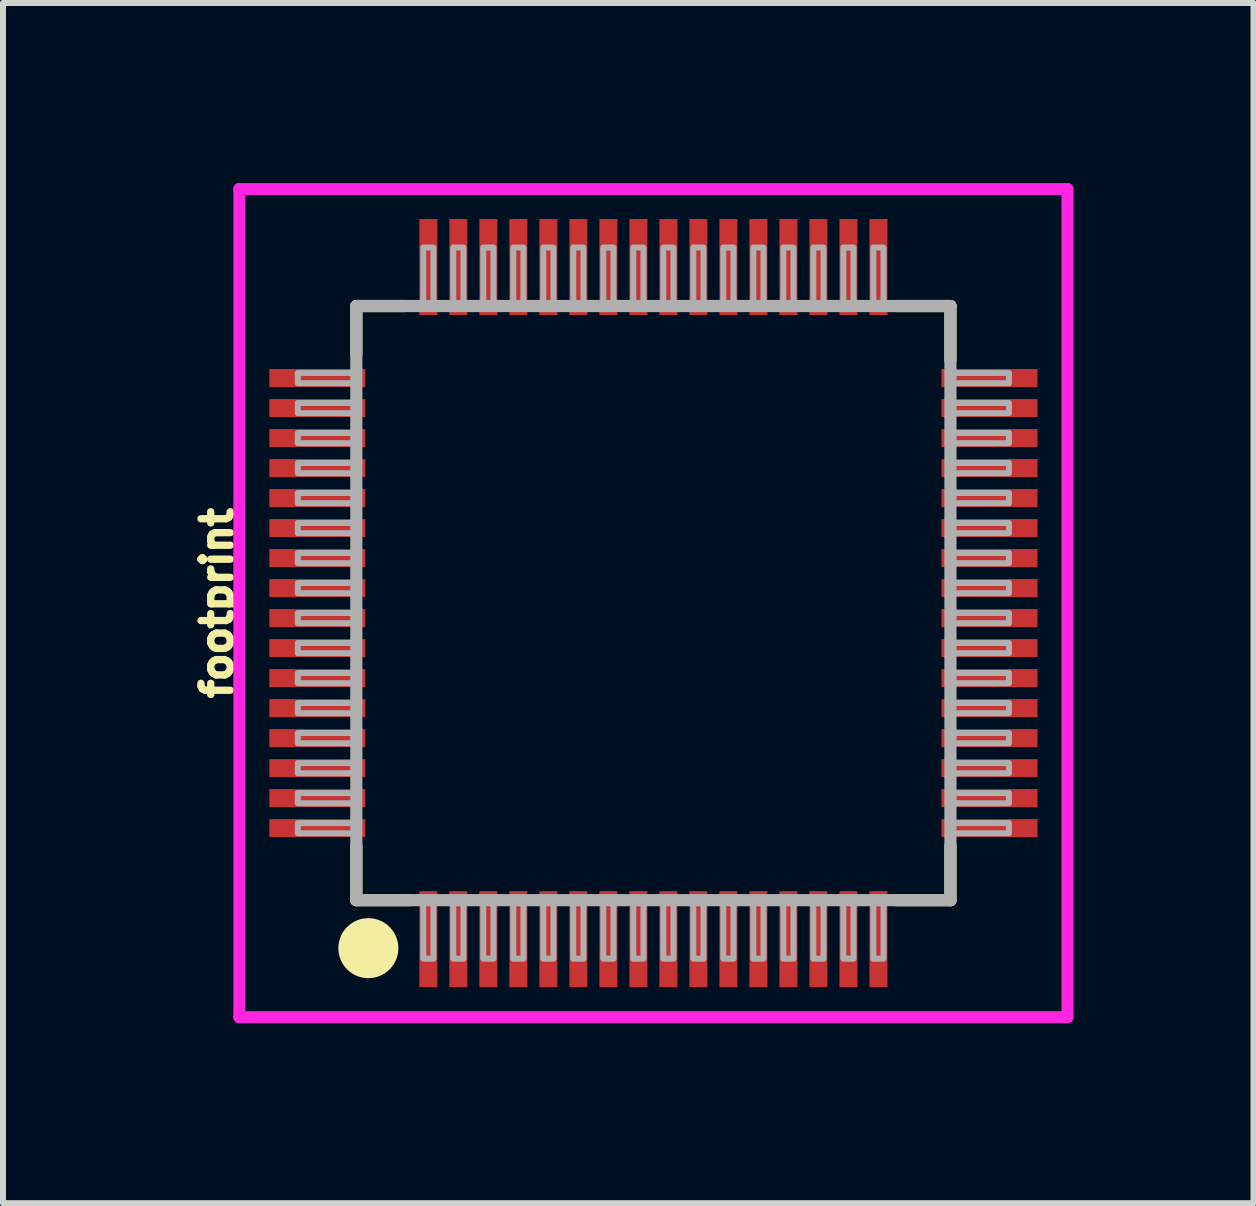
<source format=kicad_pcb>
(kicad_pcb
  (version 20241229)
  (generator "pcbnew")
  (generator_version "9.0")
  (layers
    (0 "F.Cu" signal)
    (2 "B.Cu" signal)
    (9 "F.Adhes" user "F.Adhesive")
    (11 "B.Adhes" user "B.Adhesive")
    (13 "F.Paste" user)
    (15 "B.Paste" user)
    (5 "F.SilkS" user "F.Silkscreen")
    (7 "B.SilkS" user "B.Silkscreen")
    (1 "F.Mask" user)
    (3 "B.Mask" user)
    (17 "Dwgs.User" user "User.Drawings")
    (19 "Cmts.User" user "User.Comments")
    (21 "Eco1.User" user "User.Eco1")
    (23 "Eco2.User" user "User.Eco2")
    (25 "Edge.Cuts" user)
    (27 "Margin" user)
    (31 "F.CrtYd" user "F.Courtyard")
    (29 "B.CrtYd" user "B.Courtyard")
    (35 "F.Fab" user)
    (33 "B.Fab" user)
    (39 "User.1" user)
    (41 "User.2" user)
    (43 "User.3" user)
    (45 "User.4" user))
  (footprint "footprint"
    (layer "F.Cu")
    (at 7.838 7)
    (property "Reference" "footprint" (at -6.985 0 90) (layer "F.SilkS") (effects (font (size 0.488 0.488) (thickness 0.122)) (justify bottom)))
    (fp_line (start -4.95 -4.95) (end -4.95 -4.15) (stroke (width 0.203) (type solid)) (layer "F.SilkS"))
    (fp_line (start -4.95 -4.95) (end -4.15 -4.95) (stroke (width 0.203) (type solid)) (layer "F.SilkS"))
    (fp_line (start -4.95 4.95) (end -4.95 4.05) (stroke (width 0.203) (type solid)) (layer "F.SilkS"))
    (fp_line (start -4.95 4.95) (end -4.05 4.95) (stroke (width 0.203) (type solid)) (layer "F.SilkS"))
    (fp_line (start 4.95 -4.95) (end 4.05 -4.95) (stroke (width 0.203) (type solid)) (layer "F.SilkS"))
    (fp_line (start 4.95 -4.95) (end 4.95 -4.05) (stroke (width 0.203) (type solid)) (layer "F.SilkS"))
    (fp_line (start 4.95 4.95) (end 4.05 4.95) (stroke (width 0.203) (type solid)) (layer "F.SilkS"))
    (fp_line (start 4.95 4.95) (end 4.95 4.05) (stroke (width 0.203) (type solid)) (layer "F.SilkS"))
    (fp_circle (center -4.75 5.75) (end -4.5 5.75) (stroke (width 0.5) (type solid)) (fill yes) (layer "F.SilkS"))
    (fp_poly (pts (xy -6.307 -3.114) (xy -5.286 -3.114) (xy -5.286 -3.386) (xy -6.307 -3.386)) (stroke (width 0) (type solid)) (fill yes) (layer "F.Paste"))
    (fp_poly (pts (xy -6.307 -2.113) (xy -5.286 -2.113) (xy -5.286 -2.385) (xy -6.307 -2.385)) (stroke (width 0) (type solid)) (fill yes) (layer "F.Paste"))
    (fp_poly (pts (xy -6.307 -1.115) (xy -5.286 -1.115) (xy -5.286 -1.387) (xy -6.307 -1.387)) (stroke (width 0) (type solid)) (fill yes) (layer "F.Paste"))
    (fp_poly (pts (xy -6.307 -0.119) (xy -5.286 -0.119) (xy -5.286 -0.391) (xy -6.307 -0.391)) (stroke (width 0) (type solid)) (fill yes) (layer "F.Paste"))
    (fp_poly (pts (xy -6.307 0.886) (xy -5.286 0.886) (xy -5.286 0.615) (xy -6.307 0.615)) (stroke (width 0) (type solid)) (fill yes) (layer "F.Paste"))
    (fp_poly (pts (xy -6.307 1.885) (xy -5.286 1.885) (xy -5.286 1.613) (xy -6.307 1.613)) (stroke (width 0) (type solid)) (fill yes) (layer "F.Paste"))
    (fp_poly (pts (xy -6.307 2.885) (xy -5.286 2.885) (xy -5.286 2.614) (xy -6.307 2.614)) (stroke (width 0) (type solid)) (fill yes) (layer "F.Paste"))
    (fp_poly (pts (xy -6.307 3.884) (xy -5.286 3.884) (xy -5.286 3.612) (xy -6.307 3.612)) (stroke (width 0) (type solid)) (fill yes) (layer "F.Paste"))
    (fp_poly (pts (xy -6.068 -3.614) (xy -5.047 -3.614) (xy -5.047 -3.886) (xy -6.068 -3.886)) (stroke (width 0) (type solid)) (fill yes) (layer "F.Paste"))
    (fp_poly (pts (xy -6.068 -2.614) (xy -5.047 -2.614) (xy -5.047 -2.885) (xy -6.068 -2.885)) (stroke (width 0) (type solid)) (fill yes) (layer "F.Paste"))
    (fp_poly (pts (xy -6.068 -1.615) (xy -5.047 -1.615) (xy -5.047 -1.887) (xy -6.068 -1.887)) (stroke (width 0) (type solid)) (fill yes) (layer "F.Paste"))
    (fp_poly (pts (xy -6.068 -0.62) (xy -5.047 -0.62) (xy -5.047 -0.891) (xy -6.068 -0.891)) (stroke (width 0) (type solid)) (fill yes) (layer "F.Paste"))
    (fp_poly (pts (xy -6.068 0.386) (xy -5.047 0.386) (xy -5.047 0.114) (xy -6.068 0.114)) (stroke (width 0) (type solid)) (fill yes) (layer "F.Paste"))
    (fp_poly (pts (xy -6.068 1.384) (xy -5.047 1.384) (xy -5.047 1.113) (xy -6.068 1.113)) (stroke (width 0) (type solid)) (fill yes) (layer "F.Paste"))
    (fp_poly (pts (xy -6.068 2.385) (xy -5.047 2.385) (xy -5.047 2.113) (xy -6.068 2.113)) (stroke (width 0) (type solid)) (fill yes) (layer "F.Paste"))
    (fp_poly (pts (xy -6.068 3.383) (xy -5.047 3.383) (xy -5.047 3.111) (xy -6.068 3.111)) (stroke (width 0) (type solid)) (fill yes) (layer "F.Paste"))
    (fp_poly (pts (xy -3.614 6.032) (xy -3.614 5.011) (xy -3.886 5.011) (xy -3.886 6.032)) (stroke (width 0) (type solid)) (fill yes) (layer "F.Paste"))
    (fp_poly (pts (xy -3.612 -5.293) (xy -3.612 -6.314) (xy -3.884 -6.314) (xy -3.884 -5.293)) (stroke (width 0) (type solid)) (fill yes) (layer "F.Paste"))
    (fp_poly (pts (xy -3.114 6.271) (xy -3.114 5.25) (xy -3.386 5.25) (xy -3.386 6.271)) (stroke (width 0) (type solid)) (fill yes) (layer "F.Paste"))
    (fp_poly (pts (xy -3.111 -5.055) (xy -3.111 -6.076) (xy -3.383 -6.076) (xy -3.383 -5.055)) (stroke (width 0) (type solid)) (fill yes) (layer "F.Paste"))
    (fp_poly (pts (xy -2.614 6.032) (xy -2.614 5.011) (xy -2.885 5.011) (xy -2.885 6.032)) (stroke (width 0) (type solid)) (fill yes) (layer "F.Paste"))
    (fp_poly (pts (xy -2.611 -5.293) (xy -2.611 -6.314) (xy -2.883 -6.314) (xy -2.883 -5.293)) (stroke (width 0) (type solid)) (fill yes) (layer "F.Paste"))
    (fp_poly (pts (xy -2.113 6.271) (xy -2.113 5.25) (xy -2.385 5.25) (xy -2.385 6.271)) (stroke (width 0) (type solid)) (fill yes) (layer "F.Paste"))
    (fp_poly (pts (xy -2.111 -5.055) (xy -2.111 -6.076) (xy -2.382 -6.076) (xy -2.382 -5.055)) (stroke (width 0) (type solid)) (fill yes) (layer "F.Paste"))
    (fp_poly (pts (xy -1.615 6.032) (xy -1.615 5.011) (xy -1.887 5.011) (xy -1.887 6.032)) (stroke (width 0) (type solid)) (fill yes) (layer "F.Paste"))
    (fp_poly (pts (xy -1.613 -5.293) (xy -1.613 -6.314) (xy -1.885 -6.314) (xy -1.885 -5.293)) (stroke (width 0) (type solid)) (fill yes) (layer "F.Paste"))
    (fp_poly (pts (xy -1.115 6.271) (xy -1.115 5.25) (xy -1.387 5.25) (xy -1.387 6.271)) (stroke (width 0) (type solid)) (fill yes) (layer "F.Paste"))
    (fp_poly (pts (xy -1.113 -5.055) (xy -1.113 -6.076) (xy -1.384 -6.076) (xy -1.384 -5.055)) (stroke (width 0) (type solid)) (fill yes) (layer "F.Paste"))
    (fp_poly (pts (xy -0.62 6.032) (xy -0.62 5.011) (xy -0.891 5.011) (xy -0.891 6.032)) (stroke (width 0) (type solid)) (fill yes) (layer "F.Paste"))
    (fp_poly (pts (xy -0.617 -5.293) (xy -0.617 -6.314) (xy -0.889 -6.314) (xy -0.889 -5.293)) (stroke (width 0) (type solid)) (fill yes) (layer "F.Paste"))
    (fp_poly (pts (xy -0.119 6.271) (xy -0.119 5.25) (xy -0.391 5.25) (xy -0.391 6.271)) (stroke (width 0) (type solid)) (fill yes) (layer "F.Paste"))
    (fp_poly (pts (xy -0.117 -5.055) (xy -0.117 -6.076) (xy -0.389 -6.076) (xy -0.389 -5.055)) (stroke (width 0) (type solid)) (fill yes) (layer "F.Paste"))
    (fp_poly (pts (xy 0.386 6.032) (xy 0.386 5.011) (xy 0.114 5.011) (xy 0.114 6.032)) (stroke (width 0) (type solid)) (fill yes) (layer "F.Paste"))
    (fp_poly (pts (xy 0.389 -5.293) (xy 0.389 -6.314) (xy 0.117 -6.314) (xy 0.117 -5.293)) (stroke (width 0) (type solid)) (fill yes) (layer "F.Paste"))
    (fp_poly (pts (xy 0.886 6.271) (xy 0.886 5.25) (xy 0.615 5.25) (xy 0.615 6.271)) (stroke (width 0) (type solid)) (fill yes) (layer "F.Paste"))
    (fp_poly (pts (xy 0.889 -5.055) (xy 0.889 -6.076) (xy 0.617 -6.076) (xy 0.617 -5.055)) (stroke (width 0) (type solid)) (fill yes) (layer "F.Paste"))
    (fp_poly (pts (xy 1.384 6.032) (xy 1.384 5.011) (xy 1.113 5.011) (xy 1.113 6.032)) (stroke (width 0) (type solid)) (fill yes) (layer "F.Paste"))
    (fp_poly (pts (xy 1.387 -5.293) (xy 1.387 -6.314) (xy 1.115 -6.314) (xy 1.115 -5.293)) (stroke (width 0) (type solid)) (fill yes) (layer "F.Paste"))
    (fp_poly (pts (xy 1.885 6.271) (xy 1.885 5.25) (xy 1.613 5.25) (xy 1.613 6.271)) (stroke (width 0) (type solid)) (fill yes) (layer "F.Paste"))
    (fp_poly (pts (xy 1.887 -5.055) (xy 1.887 -6.076) (xy 1.615 -6.076) (xy 1.615 -5.055)) (stroke (width 0) (type solid)) (fill yes) (layer "F.Paste"))
    (fp_poly (pts (xy 2.385 6.032) (xy 2.385 5.011) (xy 2.113 5.011) (xy 2.113 6.032)) (stroke (width 0) (type solid)) (fill yes) (layer "F.Paste"))
    (fp_poly (pts (xy 2.388 -5.293) (xy 2.388 -6.314) (xy 2.116 -6.314) (xy 2.116 -5.293)) (stroke (width 0) (type solid)) (fill yes) (layer "F.Paste"))
    (fp_poly (pts (xy 2.885 6.271) (xy 2.885 5.25) (xy 2.614 5.25) (xy 2.614 6.271)) (stroke (width 0) (type solid)) (fill yes) (layer "F.Paste"))
    (fp_poly (pts (xy 2.888 -5.055) (xy 2.888 -6.076) (xy 2.616 -6.076) (xy 2.616 -5.055)) (stroke (width 0) (type solid)) (fill yes) (layer "F.Paste"))
    (fp_poly (pts (xy 3.383 6.032) (xy 3.383 5.011) (xy 3.111 5.011) (xy 3.111 6.032)) (stroke (width 0) (type solid)) (fill yes) (layer "F.Paste"))
    (fp_poly (pts (xy 3.386 -5.293) (xy 3.386 -6.314) (xy 3.114 -6.314) (xy 3.114 -5.293)) (stroke (width 0) (type solid)) (fill yes) (layer "F.Paste"))
    (fp_poly (pts (xy 3.884 6.271) (xy 3.884 5.25) (xy 3.612 5.25) (xy 3.612 6.271)) (stroke (width 0) (type solid)) (fill yes) (layer "F.Paste"))
    (fp_poly (pts (xy 3.886 -5.055) (xy 3.886 -6.076) (xy 3.614 -6.076) (xy 3.614 -5.055)) (stroke (width 0) (type solid)) (fill yes) (layer "F.Paste"))
    (fp_poly (pts (xy 5.05 -3.111) (xy 6.071 -3.111) (xy 6.071 -3.383) (xy 5.05 -3.383)) (stroke (width 0) (type solid)) (fill yes) (layer "F.Paste"))
    (fp_poly (pts (xy 5.05 -2.111) (xy 6.071 -2.111) (xy 6.071 -2.382) (xy 5.05 -2.382)) (stroke (width 0) (type solid)) (fill yes) (layer "F.Paste"))
    (fp_poly (pts (xy 5.05 -1.113) (xy 6.071 -1.113) (xy 6.071 -1.384) (xy 5.05 -1.384)) (stroke (width 0) (type solid)) (fill yes) (layer "F.Paste"))
    (fp_poly (pts (xy 5.05 -0.117) (xy 6.071 -0.117) (xy 6.071 -0.389) (xy 5.05 -0.389)) (stroke (width 0) (type solid)) (fill yes) (layer "F.Paste"))
    (fp_poly (pts (xy 5.05 0.889) (xy 6.071 0.889) (xy 6.071 0.617) (xy 5.05 0.617)) (stroke (width 0) (type solid)) (fill yes) (layer "F.Paste"))
    (fp_poly (pts (xy 5.05 1.887) (xy 6.071 1.887) (xy 6.071 1.615) (xy 5.05 1.615)) (stroke (width 0) (type solid)) (fill yes) (layer "F.Paste"))
    (fp_poly (pts (xy 5.05 2.888) (xy 6.071 2.888) (xy 6.071 2.616) (xy 5.05 2.616)) (stroke (width 0) (type solid)) (fill yes) (layer "F.Paste"))
    (fp_poly (pts (xy 5.05 3.886) (xy 6.071 3.886) (xy 6.071 3.614) (xy 5.05 3.614)) (stroke (width 0) (type solid)) (fill yes) (layer "F.Paste"))
    (fp_poly (pts (xy 5.288 -3.612) (xy 6.309 -3.612) (xy 6.309 -3.884) (xy 5.288 -3.884)) (stroke (width 0) (type solid)) (fill yes) (layer "F.Paste"))
    (fp_poly (pts (xy 5.288 -2.611) (xy 6.309 -2.611) (xy 6.309 -2.883) (xy 5.288 -2.883)) (stroke (width 0) (type solid)) (fill yes) (layer "F.Paste"))
    (fp_poly (pts (xy 5.288 -1.613) (xy 6.309 -1.613) (xy 6.309 -1.885) (xy 5.288 -1.885)) (stroke (width 0) (type solid)) (fill yes) (layer "F.Paste"))
    (fp_poly (pts (xy 5.288 -0.617) (xy 6.309 -0.617) (xy 6.309 -0.889) (xy 5.288 -0.889)) (stroke (width 0) (type solid)) (fill yes) (layer "F.Paste"))
    (fp_poly (pts (xy 5.288 0.389) (xy 6.309 0.389) (xy 6.309 0.117) (xy 5.288 0.117)) (stroke (width 0) (type solid)) (fill yes) (layer "F.Paste"))
    (fp_poly (pts (xy 5.288 1.387) (xy 6.309 1.387) (xy 6.309 1.115) (xy 5.288 1.115)) (stroke (width 0) (type solid)) (fill yes) (layer "F.Paste"))
    (fp_poly (pts (xy 5.288 2.388) (xy 6.309 2.388) (xy 6.309 2.116) (xy 5.288 2.116)) (stroke (width 0) (type solid)) (fill yes) (layer "F.Paste"))
    (fp_poly (pts (xy 5.288 3.386) (xy 6.309 3.386) (xy 6.309 3.114) (xy 5.288 3.114)) (stroke (width 0) (type solid)) (fill yes) (layer "F.Paste"))
    (fp_line (start -6.9 -6.9) (end 6.9 -6.9) (stroke (width 0.2) (type solid)) (layer "F.CrtYd"))
    (fp_line (start -6.9 6.9) (end -6.9 -6.9) (stroke (width 0.2) (type solid)) (layer "F.CrtYd"))
    (fp_line (start 6.9 -6.9) (end 6.9 6.9) (stroke (width 0.2) (type solid)) (layer "F.CrtYd"))
    (fp_line (start 6.9 6.9) (end -6.9 6.9) (stroke (width 0.2) (type solid)) (layer "F.CrtYd"))
    (fp_line (start -4.95 -4.95) (end -4.95 4.95) (stroke (width 0.203) (type solid)) (layer "F.Fab"))
    (fp_line (start -4.95 4.95) (end 4.95 4.95) (stroke (width 0.203) (type solid)) (layer "F.Fab"))
    (fp_line (start 4.95 -4.95) (end -4.95 -4.95) (stroke (width 0.203) (type solid)) (layer "F.Fab"))
    (fp_line (start 4.95 4.95) (end 4.95 -4.95) (stroke (width 0.203) (type solid)) (layer "F.Fab"))
    (fp_poly (pts (xy -5.925 -3.665) (xy -4.95 -3.665) (xy -4.95 -3.835) (xy -5.925 -3.835)) (stroke (width 0.1) (type solid)) (fill no) (layer "F.Fab"))
    (fp_poly (pts (xy -5.925 -3.165) (xy -4.95 -3.165) (xy -4.95 -3.335) (xy -5.925 -3.335)) (stroke (width 0.1) (type solid)) (fill no) (layer "F.Fab"))
    (fp_poly (pts (xy -5.925 -2.665) (xy -4.95 -2.665) (xy -4.95 -2.835) (xy -5.925 -2.835)) (stroke (width 0.1) (type solid)) (fill no) (layer "F.Fab"))
    (fp_poly (pts (xy -5.925 -2.165) (xy -4.95 -2.165) (xy -4.95 -2.335) (xy -5.925 -2.335)) (stroke (width 0.1) (type solid)) (fill no) (layer "F.Fab"))
    (fp_poly (pts (xy -5.925 -1.665) (xy -4.95 -1.665) (xy -4.95 -1.835) (xy -5.925 -1.835)) (stroke (width 0.1) (type solid)) (fill no) (layer "F.Fab"))
    (fp_poly (pts (xy -5.925 -1.165) (xy -4.95 -1.165) (xy -4.95 -1.335) (xy -5.925 -1.335)) (stroke (width 0.1) (type solid)) (fill no) (layer "F.Fab"))
    (fp_poly (pts (xy -5.925 -0.665) (xy -4.95 -0.665) (xy -4.95 -0.835) (xy -5.925 -0.835)) (stroke (width 0.1) (type solid)) (fill no) (layer "F.Fab"))
    (fp_poly (pts (xy -5.925 -0.165) (xy -4.95 -0.165) (xy -4.95 -0.335) (xy -5.925 -0.335)) (stroke (width 0.1) (type solid)) (fill no) (layer "F.Fab"))
    (fp_poly (pts (xy -5.925 0.335) (xy -4.95 0.335) (xy -4.95 0.165) (xy -5.925 0.165)) (stroke (width 0.1) (type solid)) (fill no) (layer "F.Fab"))
    (fp_poly (pts (xy -5.925 0.835) (xy -4.95 0.835) (xy -4.95 0.665) (xy -5.925 0.665)) (stroke (width 0.1) (type solid)) (fill no) (layer "F.Fab"))
    (fp_poly (pts (xy -5.925 1.335) (xy -4.95 1.335) (xy -4.95 1.165) (xy -5.925 1.165)) (stroke (width 0.1) (type solid)) (fill no) (layer "F.Fab"))
    (fp_poly (pts (xy -5.925 1.835) (xy -4.95 1.835) (xy -4.95 1.665) (xy -5.925 1.665)) (stroke (width 0.1) (type solid)) (fill no) (layer "F.Fab"))
    (fp_poly (pts (xy -5.925 2.335) (xy -4.95 2.335) (xy -4.95 2.165) (xy -5.925 2.165)) (stroke (width 0.1) (type solid)) (fill no) (layer "F.Fab"))
    (fp_poly (pts (xy -5.925 2.835) (xy -4.95 2.835) (xy -4.95 2.665) (xy -5.925 2.665)) (stroke (width 0.1) (type solid)) (fill no) (layer "F.Fab"))
    (fp_poly (pts (xy -5.925 3.335) (xy -4.95 3.335) (xy -4.95 3.165) (xy -5.925 3.165)) (stroke (width 0.1) (type solid)) (fill no) (layer "F.Fab"))
    (fp_poly (pts (xy -5.925 3.835) (xy -4.95 3.835) (xy -4.95 3.665) (xy -5.925 3.665)) (stroke (width 0.1) (type solid)) (fill no) (layer "F.Fab"))
    (fp_poly (pts (xy -3.835 -4.95) (xy -3.665 -4.95) (xy -3.665 -5.925) (xy -3.835 -5.925)) (stroke (width 0.1) (type solid)) (fill no) (layer "F.Fab"))
    (fp_poly (pts (xy -3.835 5.925) (xy -3.665 5.925) (xy -3.665 4.95) (xy -3.835 4.95)) (stroke (width 0.1) (type solid)) (fill no) (layer "F.Fab"))
    (fp_poly (pts (xy -3.335 -4.95) (xy -3.165 -4.95) (xy -3.165 -5.925) (xy -3.335 -5.925)) (stroke (width 0.1) (type solid)) (fill no) (layer "F.Fab"))
    (fp_poly (pts (xy -3.335 5.925) (xy -3.165 5.925) (xy -3.165 4.95) (xy -3.335 4.95)) (stroke (width 0.1) (type solid)) (fill no) (layer "F.Fab"))
    (fp_poly (pts (xy -2.835 -4.95) (xy -2.665 -4.95) (xy -2.665 -5.925) (xy -2.835 -5.925)) (stroke (width 0.1) (type solid)) (fill no) (layer "F.Fab"))
    (fp_poly (pts (xy -2.835 5.925) (xy -2.665 5.925) (xy -2.665 4.95) (xy -2.835 4.95)) (stroke (width 0.1) (type solid)) (fill no) (layer "F.Fab"))
    (fp_poly (pts (xy -2.335 -4.95) (xy -2.165 -4.95) (xy -2.165 -5.925) (xy -2.335 -5.925)) (stroke (width 0.1) (type solid)) (fill no) (layer "F.Fab"))
    (fp_poly (pts (xy -2.335 5.925) (xy -2.165 5.925) (xy -2.165 4.95) (xy -2.335 4.95)) (stroke (width 0.1) (type solid)) (fill no) (layer "F.Fab"))
    (fp_poly (pts (xy -1.835 -4.95) (xy -1.665 -4.95) (xy -1.665 -5.925) (xy -1.835 -5.925)) (stroke (width 0.1) (type solid)) (fill no) (layer "F.Fab"))
    (fp_poly (pts (xy -1.835 5.925) (xy -1.665 5.925) (xy -1.665 4.95) (xy -1.835 4.95)) (stroke (width 0.1) (type solid)) (fill no) (layer "F.Fab"))
    (fp_poly (pts (xy -1.335 -4.95) (xy -1.165 -4.95) (xy -1.165 -5.925) (xy -1.335 -5.925)) (stroke (width 0.1) (type solid)) (fill no) (layer "F.Fab"))
    (fp_poly (pts (xy -1.335 5.925) (xy -1.165 5.925) (xy -1.165 4.95) (xy -1.335 4.95)) (stroke (width 0.1) (type solid)) (fill no) (layer "F.Fab"))
    (fp_poly (pts (xy -0.835 -4.95) (xy -0.665 -4.95) (xy -0.665 -5.925) (xy -0.835 -5.925)) (stroke (width 0.1) (type solid)) (fill no) (layer "F.Fab"))
    (fp_poly (pts (xy -0.835 5.925) (xy -0.665 5.925) (xy -0.665 4.95) (xy -0.835 4.95)) (stroke (width 0.1) (type solid)) (fill no) (layer "F.Fab"))
    (fp_poly (pts (xy -0.335 -4.95) (xy -0.165 -4.95) (xy -0.165 -5.925) (xy -0.335 -5.925)) (stroke (width 0.1) (type solid)) (fill no) (layer "F.Fab"))
    (fp_poly (pts (xy -0.335 5.925) (xy -0.165 5.925) (xy -0.165 4.95) (xy -0.335 4.95)) (stroke (width 0.1) (type solid)) (fill no) (layer "F.Fab"))
    (fp_poly (pts (xy 0.165 -4.95) (xy 0.335 -4.95) (xy 0.335 -5.925) (xy 0.165 -5.925)) (stroke (width 0.1) (type solid)) (fill no) (layer "F.Fab"))
    (fp_poly (pts (xy 0.165 5.925) (xy 0.335 5.925) (xy 0.335 4.95) (xy 0.165 4.95)) (stroke (width 0.1) (type solid)) (fill no) (layer "F.Fab"))
    (fp_poly (pts (xy 0.665 -4.95) (xy 0.835 -4.95) (xy 0.835 -5.925) (xy 0.665 -5.925)) (stroke (width 0.1) (type solid)) (fill no) (layer "F.Fab"))
    (fp_poly (pts (xy 0.665 5.925) (xy 0.835 5.925) (xy 0.835 4.95) (xy 0.665 4.95)) (stroke (width 0.1) (type solid)) (fill no) (layer "F.Fab"))
    (fp_poly (pts (xy 1.165 -4.95) (xy 1.335 -4.95) (xy 1.335 -5.925) (xy 1.165 -5.925)) (stroke (width 0.1) (type solid)) (fill no) (layer "F.Fab"))
    (fp_poly (pts (xy 1.165 5.925) (xy 1.335 5.925) (xy 1.335 4.95) (xy 1.165 4.95)) (stroke (width 0.1) (type solid)) (fill no) (layer "F.Fab"))
    (fp_poly (pts (xy 1.665 -4.95) (xy 1.835 -4.95) (xy 1.835 -5.925) (xy 1.665 -5.925)) (stroke (width 0.1) (type solid)) (fill no) (layer "F.Fab"))
    (fp_poly (pts (xy 1.665 5.925) (xy 1.835 5.925) (xy 1.835 4.95) (xy 1.665 4.95)) (stroke (width 0.1) (type solid)) (fill no) (layer "F.Fab"))
    (fp_poly (pts (xy 2.165 -4.95) (xy 2.335 -4.95) (xy 2.335 -5.925) (xy 2.165 -5.925)) (stroke (width 0.1) (type solid)) (fill no) (layer "F.Fab"))
    (fp_poly (pts (xy 2.165 5.925) (xy 2.335 5.925) (xy 2.335 4.95) (xy 2.165 4.95)) (stroke (width 0.1) (type solid)) (fill no) (layer "F.Fab"))
    (fp_poly (pts (xy 2.665 -4.95) (xy 2.835 -4.95) (xy 2.835 -5.925) (xy 2.665 -5.925)) (stroke (width 0.1) (type solid)) (fill no) (layer "F.Fab"))
    (fp_poly (pts (xy 2.665 5.925) (xy 2.835 5.925) (xy 2.835 4.95) (xy 2.665 4.95)) (stroke (width 0.1) (type solid)) (fill no) (layer "F.Fab"))
    (fp_poly (pts (xy 3.165 -4.95) (xy 3.335 -4.95) (xy 3.335 -5.925) (xy 3.165 -5.925)) (stroke (width 0.1) (type solid)) (fill no) (layer "F.Fab"))
    (fp_poly (pts (xy 3.165 5.925) (xy 3.335 5.925) (xy 3.335 4.95) (xy 3.165 4.95)) (stroke (width 0.1) (type solid)) (fill no) (layer "F.Fab"))
    (fp_poly (pts (xy 3.665 -4.95) (xy 3.835 -4.95) (xy 3.835 -5.925) (xy 3.665 -5.925)) (stroke (width 0.1) (type solid)) (fill no) (layer "F.Fab"))
    (fp_poly (pts (xy 3.665 5.925) (xy 3.835 5.925) (xy 3.835 4.95) (xy 3.665 4.95)) (stroke (width 0.1) (type solid)) (fill no) (layer "F.Fab"))
    (fp_poly (pts (xy 4.95 -3.665) (xy 5.925 -3.665) (xy 5.925 -3.835) (xy 4.95 -3.835)) (stroke (width 0.1) (type solid)) (fill no) (layer "F.Fab"))
    (fp_poly (pts (xy 4.95 -3.165) (xy 5.925 -3.165) (xy 5.925 -3.335) (xy 4.95 -3.335)) (stroke (width 0.1) (type solid)) (fill no) (layer "F.Fab"))
    (fp_poly (pts (xy 4.95 -2.665) (xy 5.925 -2.665) (xy 5.925 -2.835) (xy 4.95 -2.835)) (stroke (width 0.1) (type solid)) (fill no) (layer "F.Fab"))
    (fp_poly (pts (xy 4.95 -2.165) (xy 5.925 -2.165) (xy 5.925 -2.335) (xy 4.95 -2.335)) (stroke (width 0.1) (type solid)) (fill no) (layer "F.Fab"))
    (fp_poly (pts (xy 4.95 -1.665) (xy 5.925 -1.665) (xy 5.925 -1.835) (xy 4.95 -1.835)) (stroke (width 0.1) (type solid)) (fill no) (layer "F.Fab"))
    (fp_poly (pts (xy 4.95 -1.165) (xy 5.925 -1.165) (xy 5.925 -1.335) (xy 4.95 -1.335)) (stroke (width 0.1) (type solid)) (fill no) (layer "F.Fab"))
    (fp_poly (pts (xy 4.95 -0.665) (xy 5.925 -0.665) (xy 5.925 -0.835) (xy 4.95 -0.835)) (stroke (width 0.1) (type solid)) (fill no) (layer "F.Fab"))
    (fp_poly (pts (xy 4.95 -0.165) (xy 5.925 -0.165) (xy 5.925 -0.335) (xy 4.95 -0.335)) (stroke (width 0.1) (type solid)) (fill no) (layer "F.Fab"))
    (fp_poly (pts (xy 4.95 0.335) (xy 5.925 0.335) (xy 5.925 0.165) (xy 4.95 0.165)) (stroke (width 0.1) (type solid)) (fill no) (layer "F.Fab"))
    (fp_poly (pts (xy 4.95 0.835) (xy 5.925 0.835) (xy 5.925 0.665) (xy 4.95 0.665)) (stroke (width 0.1) (type solid)) (fill no) (layer "F.Fab"))
    (fp_poly (pts (xy 4.95 1.335) (xy 5.925 1.335) (xy 5.925 1.165) (xy 4.95 1.165)) (stroke (width 0.1) (type solid)) (fill no) (layer "F.Fab"))
    (fp_poly (pts (xy 4.95 1.835) (xy 5.925 1.835) (xy 5.925 1.665) (xy 4.95 1.665)) (stroke (width 0.1) (type solid)) (fill no) (layer "F.Fab"))
    (fp_poly (pts (xy 4.95 2.335) (xy 5.925 2.335) (xy 5.925 2.165) (xy 4.95 2.165)) (stroke (width 0.1) (type solid)) (fill no) (layer "F.Fab"))
    (fp_poly (pts (xy 4.95 2.835) (xy 5.925 2.835) (xy 5.925 2.665) (xy 4.95 2.665)) (stroke (width 0.1) (type solid)) (fill no) (layer "F.Fab"))
    (fp_poly (pts (xy 4.95 3.335) (xy 5.925 3.335) (xy 5.925 3.165) (xy 4.95 3.165)) (stroke (width 0.1) (type solid)) (fill no) (layer "F.Fab"))
    (fp_poly (pts (xy 4.95 3.835) (xy 5.925 3.835) (xy 5.925 3.665) (xy 4.95 3.665)) (stroke (width 0.1) (type solid)) (fill no) (layer "F.Fab"))
    (pad "1" smd rect (at -3.75 5.6) (size 0.3 1.6) (layers "F.Cu" "F.Mask"))
    (pad "2" smd rect (at -3.25 5.6) (size 0.3 1.6) (layers "F.Cu" "F.Mask"))
    (pad "3" smd rect (at -2.75 5.6) (size 0.3 1.6) (layers "F.Cu" "F.Mask"))
    (pad "4" smd rect (at -2.25 5.6) (size 0.3 1.6) (layers "F.Cu" "F.Mask"))
    (pad "5" smd rect (at -1.75 5.6) (size 0.3 1.6) (layers "F.Cu" "F.Mask"))
    (pad "6" smd rect (at -1.25 5.6) (size 0.3 1.6) (layers "F.Cu" "F.Mask"))
    (pad "7" smd rect (at -0.75 5.6) (size 0.3 1.6) (layers "F.Cu" "F.Mask"))
    (pad "8" smd rect (at -0.25 5.6) (size 0.3 1.6) (layers "F.Cu" "F.Mask"))
    (pad "9" smd rect (at 0.25 5.6) (size 0.3 1.6) (layers "F.Cu" "F.Mask"))
    (pad "10" smd rect (at 0.75 5.6) (size 0.3 1.6) (layers "F.Cu" "F.Mask"))
    (pad "11" smd rect (at 1.25 5.6) (size 0.3 1.6) (layers "F.Cu" "F.Mask"))
    (pad "12" smd rect (at 1.75 5.6) (size 0.3 1.6) (layers "F.Cu" "F.Mask"))
    (pad "13" smd rect (at 2.25 5.6) (size 0.3 1.6) (layers "F.Cu" "F.Mask"))
    (pad "14" smd rect (at 2.75 5.6) (size 0.3 1.6) (layers "F.Cu" "F.Mask"))
    (pad "15" smd rect (at 3.25 5.6) (size 0.3 1.6) (layers "F.Cu" "F.Mask"))
    (pad "16" smd rect (at 3.75 5.6) (size 0.3 1.6) (layers "F.Cu" "F.Mask"))
    (pad "17" smd rect (at 5.6 3.75) (size 1.6 0.3) (layers "F.Cu" "F.Mask"))
    (pad "18" smd rect (at 5.6 3.25) (size 1.6 0.3) (layers "F.Cu" "F.Mask"))
    (pad "19" smd rect (at 5.6 2.75) (size 1.6 0.3) (layers "F.Cu" "F.Mask"))
    (pad "20" smd rect (at 5.6 2.25) (size 1.6 0.3) (layers "F.Cu" "F.Mask"))
    (pad "21" smd rect (at 5.6 1.75) (size 1.6 0.3) (layers "F.Cu" "F.Mask"))
    (pad "22" smd rect (at 5.6 1.25) (size 1.6 0.3) (layers "F.Cu" "F.Mask"))
    (pad "23" smd rect (at 5.6 0.75) (size 1.6 0.3) (layers "F.Cu" "F.Mask"))
    (pad "24" smd rect (at 5.6 0.25) (size 1.6 0.3) (layers "F.Cu" "F.Mask"))
    (pad "25" smd rect (at 5.6 -0.25) (size 1.6 0.3) (layers "F.Cu" "F.Mask"))
    (pad "26" smd rect (at 5.6 -0.75) (size 1.6 0.3) (layers "F.Cu" "F.Mask"))
    (pad "27" smd rect (at 5.6 -1.25) (size 1.6 0.3) (layers "F.Cu" "F.Mask"))
    (pad "28" smd rect (at 5.6 -1.75) (size 1.6 0.3) (layers "F.Cu" "F.Mask"))
    (pad "29" smd rect (at 5.6 -2.25) (size 1.6 0.3) (layers "F.Cu" "F.Mask"))
    (pad "30" smd rect (at 5.6 -2.75) (size 1.6 0.3) (layers "F.Cu" "F.Mask"))
    (pad "31" smd rect (at 5.6 -3.25) (size 1.6 0.3) (layers "F.Cu" "F.Mask"))
    (pad "32" smd rect (at 5.6 -3.75) (size 1.6 0.3) (layers "F.Cu" "F.Mask"))
    (pad "33" smd rect (at 3.75 -5.6) (size 0.3 1.6) (layers "F.Cu" "F.Mask"))
    (pad "34" smd rect (at 3.25 -5.6) (size 0.3 1.6) (layers "F.Cu" "F.Mask"))
    (pad "35" smd rect (at 2.75 -5.6) (size 0.3 1.6) (layers "F.Cu" "F.Mask"))
    (pad "36" smd rect (at 2.25 -5.6) (size 0.3 1.6) (layers "F.Cu" "F.Mask"))
    (pad "37" smd rect (at 1.75 -5.6) (size 0.3 1.6) (layers "F.Cu" "F.Mask"))
    (pad "38" smd rect (at 1.25 -5.6) (size 0.3 1.6) (layers "F.Cu" "F.Mask"))
    (pad "39" smd rect (at 0.75 -5.6) (size 0.3 1.6) (layers "F.Cu" "F.Mask"))
    (pad "40" smd rect (at 0.25 -5.6) (size 0.3 1.6) (layers "F.Cu" "F.Mask"))
    (pad "41" smd rect (at -0.25 -5.6) (size 0.3 1.6) (layers "F.Cu" "F.Mask"))
    (pad "42" smd rect (at -0.75 -5.6) (size 0.3 1.6) (layers "F.Cu" "F.Mask"))
    (pad "43" smd rect (at -1.25 -5.6) (size 0.3 1.6) (layers "F.Cu" "F.Mask"))
    (pad "44" smd rect (at -1.75 -5.6) (size 0.3 1.6) (layers "F.Cu" "F.Mask"))
    (pad "45" smd rect (at -2.25 -5.6) (size 0.3 1.6) (layers "F.Cu" "F.Mask"))
    (pad "46" smd rect (at -2.75 -5.6) (size 0.3 1.6) (layers "F.Cu" "F.Mask"))
    (pad "47" smd rect (at -3.25 -5.6) (size 0.3 1.6) (layers "F.Cu" "F.Mask"))
    (pad "48" smd rect (at -3.75 -5.6) (size 0.3 1.6) (layers "F.Cu" "F.Mask"))
    (pad "49" smd rect (at -5.6 -3.75) (size 1.6 0.3) (layers "F.Cu" "F.Mask"))
    (pad "50" smd rect (at -5.6 -3.25) (size 1.6 0.3) (layers "F.Cu" "F.Mask"))
    (pad "51" smd rect (at -5.6 -2.75) (size 1.6 0.3) (layers "F.Cu" "F.Mask"))
    (pad "52" smd rect (at -5.6 -2.25) (size 1.6 0.3) (layers "F.Cu" "F.Mask"))
    (pad "53" smd rect (at -5.6 -1.75) (size 1.6 0.3) (layers "F.Cu" "F.Mask"))
    (pad "54" smd rect (at -5.6 -1.25) (size 1.6 0.3) (layers "F.Cu" "F.Mask"))
    (pad "55" smd rect (at -5.6 -0.75) (size 1.6 0.3) (layers "F.Cu" "F.Mask"))
    (pad "56" smd rect (at -5.6 -0.25) (size 1.6 0.3) (layers "F.Cu" "F.Mask"))
    (pad "57" smd rect (at -5.6 0.25) (size 1.6 0.3) (layers "F.Cu" "F.Mask"))
    (pad "58" smd rect (at -5.6 0.75) (size 1.6 0.3) (layers "F.Cu" "F.Mask"))
    (pad "59" smd rect (at -5.6 1.25) (size 1.6 0.3) (layers "F.Cu" "F.Mask"))
    (pad "60" smd rect (at -5.6 1.75) (size 1.6 0.3) (layers "F.Cu" "F.Mask"))
    (pad "61" smd rect (at -5.6 2.25) (size 1.6 0.3) (layers "F.Cu" "F.Mask"))
    (pad "62" smd rect (at -5.6 2.75) (size 1.6 0.3) (layers "F.Cu" "F.Mask"))
    (pad "63" smd rect (at -5.6 3.25) (size 1.6 0.3) (layers "F.Cu" "F.Mask"))
    (pad "64" smd rect (at -5.6 3.75) (size 1.6 0.3) (layers "F.Cu" "F.Mask")))
  (gr_rect
    (start -3 -3)
    (end 17.838 17)
    (stroke (width 0.1) (type default))
    (fill no)
    (layer "Edge.Cuts")))
</source>
